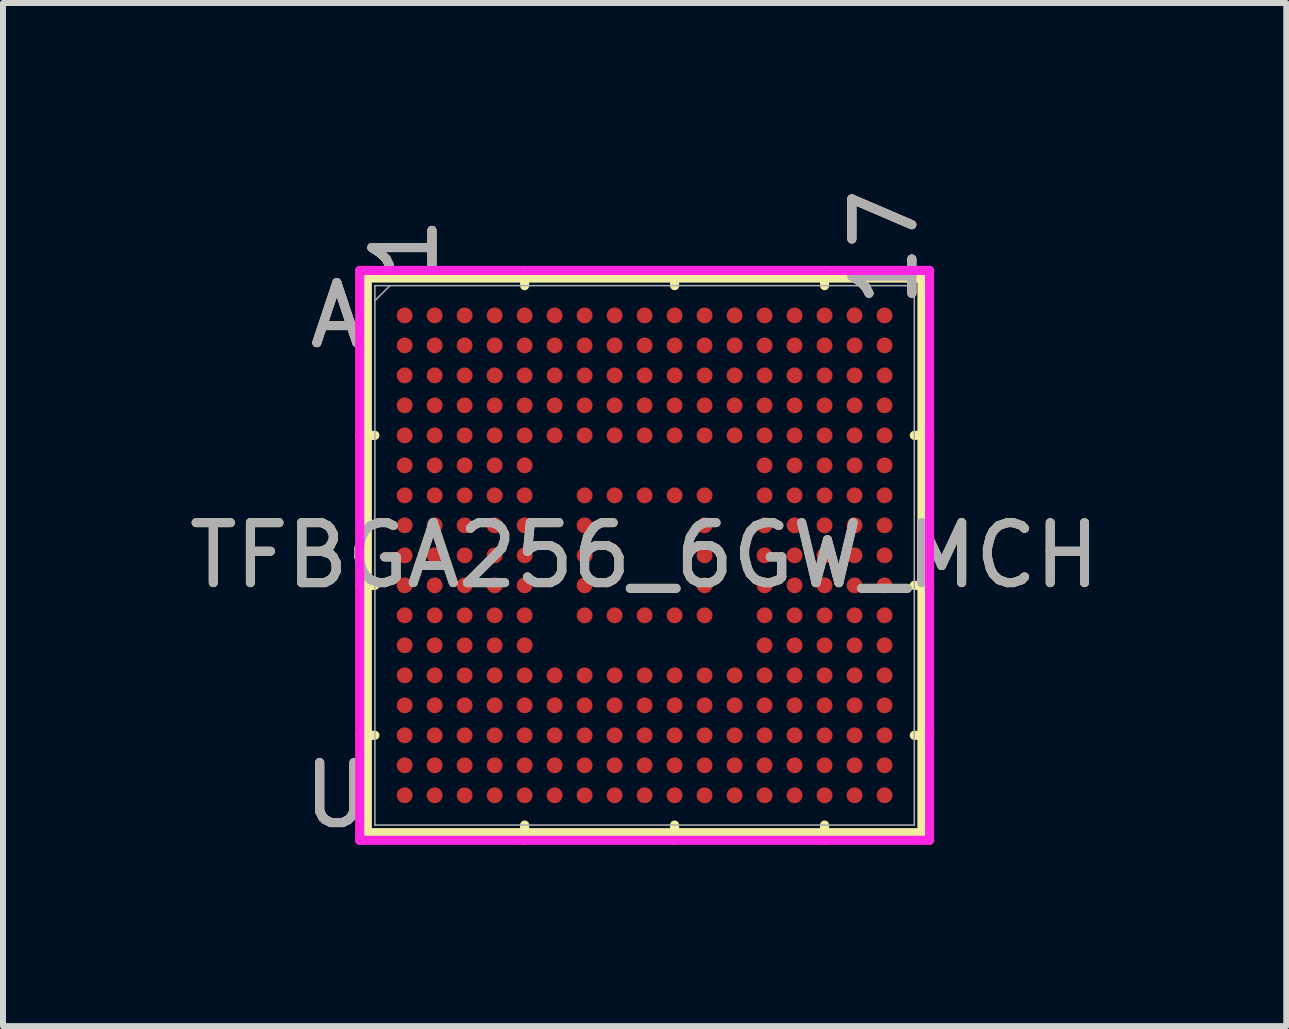
<source format=kicad_pcb>
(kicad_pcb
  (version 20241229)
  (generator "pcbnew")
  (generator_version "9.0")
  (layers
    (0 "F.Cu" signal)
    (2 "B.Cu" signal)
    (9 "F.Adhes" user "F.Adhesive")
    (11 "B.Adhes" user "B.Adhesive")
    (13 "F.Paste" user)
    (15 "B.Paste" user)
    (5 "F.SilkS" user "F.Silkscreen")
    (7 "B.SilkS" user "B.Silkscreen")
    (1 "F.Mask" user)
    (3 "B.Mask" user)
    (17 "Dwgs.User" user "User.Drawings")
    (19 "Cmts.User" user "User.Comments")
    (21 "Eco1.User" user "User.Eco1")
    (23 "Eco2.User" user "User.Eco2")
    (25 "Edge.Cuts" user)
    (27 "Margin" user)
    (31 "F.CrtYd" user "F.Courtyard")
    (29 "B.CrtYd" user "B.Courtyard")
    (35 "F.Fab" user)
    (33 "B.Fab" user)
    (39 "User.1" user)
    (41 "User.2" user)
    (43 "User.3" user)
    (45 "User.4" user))
  (footprint "TFBGA256_6GW_MCH"
    (layer "F.Cu")
    (at 7.696 6.208)
    (property "Reference" "TFBGA256_6GW_MCH" (at 0 0 0) (unlocked yes) (layer "F.SilkS") (effects (font (size 1 1) (thickness 0.15))))
    (attr smd)
    (fp_line (start -4.623 -4.623) (end -4.623 4.623) (stroke (width 0.152) (type solid)) (layer "F.SilkS"))
    (fp_line (start -4.623 4.623) (end 4.623 4.623) (stroke (width 0.152) (type solid)) (layer "F.SilkS"))
    (fp_line (start -4.496 -2) (end -4.75 -2) (stroke (width 0.152) (type solid)) (layer "F.SilkS"))
    (fp_line (start -4.496 0.5) (end -4.75 0.5) (stroke (width 0.152) (type solid)) (layer "F.SilkS"))
    (fp_line (start -4.496 3) (end -4.75 3) (stroke (width 0.152) (type solid)) (layer "F.SilkS"))
    (fp_line (start -2 -4.496) (end -2 -4.75) (stroke (width 0.152) (type solid)) (layer "F.SilkS"))
    (fp_line (start -2 4.496) (end -2 4.75) (stroke (width 0.152) (type solid)) (layer "F.SilkS"))
    (fp_line (start 0.5 -4.496) (end 0.5 -4.75) (stroke (width 0.152) (type solid)) (layer "F.SilkS"))
    (fp_line (start 0.5 4.496) (end 0.5 4.75) (stroke (width 0.152) (type solid)) (layer "F.SilkS"))
    (fp_line (start 3 -4.496) (end 3 -4.75) (stroke (width 0.152) (type solid)) (layer "F.SilkS"))
    (fp_line (start 3 4.496) (end 3 4.75) (stroke (width 0.152) (type solid)) (layer "F.SilkS"))
    (fp_line (start 4.496 -2) (end 4.75 -2) (stroke (width 0.152) (type solid)) (layer "F.SilkS"))
    (fp_line (start 4.496 0.5) (end 4.75 0.5) (stroke (width 0.152) (type solid)) (layer "F.SilkS"))
    (fp_line (start 4.496 3) (end 4.75 3) (stroke (width 0.152) (type solid)) (layer "F.SilkS"))
    (fp_line (start 4.623 -4.623) (end -4.623 -4.623) (stroke (width 0.152) (type solid)) (layer "F.SilkS"))
    (fp_line (start 4.623 4.623) (end 4.623 -4.623) (stroke (width 0.152) (type solid)) (layer "F.SilkS"))
    (fp_poly (pts (xy -4.694 -4.694) (xy 4.694 -4.694) (xy 4.694 4.694) (xy -4.694 4.694)) (stroke (width 0.1) (type solid)) (fill no) (layer "Eco2.User"))
    (fp_line (start -4.75 -4.75) (end 4.75 -4.75) (stroke (width 0.152) (type solid)) (layer "F.CrtYd"))
    (fp_line (start -4.75 4.75) (end -4.75 -4.75) (stroke (width 0.152) (type solid)) (layer "F.CrtYd"))
    (fp_line (start 4.75 -4.75) (end 4.75 4.75) (stroke (width 0.152) (type solid)) (layer "F.CrtYd"))
    (fp_line (start 4.75 4.75) (end -4.75 4.75) (stroke (width 0.152) (type solid)) (layer "F.CrtYd"))
    (fp_line (start -4.496 -4.496) (end -4.496 4.496) (stroke (width 0.025) (type solid)) (layer "F.Fab"))
    (fp_line (start -4.496 4.496) (end 4.496 4.496) (stroke (width 0.025) (type solid)) (layer "F.Fab"))
    (fp_line (start -4.246 -4.496) (end -4.496 -4.246) (stroke (width 0.025) (type solid)) (layer "F.Fab"))
    (fp_line (start 4.496 -4.496) (end -4.496 -4.496) (stroke (width 0.025) (type solid)) (layer "F.Fab"))
    (fp_line (start 4.496 4.496) (end 4.496 -4.496) (stroke (width 0.025) (type solid)) (layer "F.Fab"))
    (fp_text user "A" (at -5.131 -4 0) (unlocked yes) (layer "F.SilkS") (effects (font (size 1 1) (thickness 0.15))))
    (fp_text user "1" (at -4 -5.131 90) (unlocked yes) (layer "F.SilkS") (effects (font (size 1 1) (thickness 0.15))))
    (fp_text user "17" (at 4 -5.131 90) (unlocked yes) (layer "F.SilkS") (effects (font (size 1 1) (thickness 0.15))))
    (fp_text user "U" (at -5.131 4 0) (unlocked yes) (layer "F.SilkS") (effects (font (size 1 1) (thickness 0.15))))
    (fp_text user "A" (at -5.131 -4 0) (unlocked yes) (layer "B.SilkS") (effects (font (size 1 1) (thickness 0.15))))
    (fp_text user "U" (at -5.131 4 0) (unlocked yes) (layer "B.SilkS") (effects (font (size 1 1) (thickness 0.15))))
    (fp_text user "1" (at -4 -5.131 90) (unlocked yes) (layer "B.SilkS") (effects (font (size 1 1) (thickness 0.15))))
    (fp_text user "17" (at 4 -5.131 90) (unlocked yes) (layer "B.SilkS") (effects (font (size 1 1) (thickness 0.15))))
    (fp_text user "A" (at -5.131 -4 0) (unlocked yes) (layer "F.Fab") (effects (font (size 1 1) (thickness 0.15))))
    (fp_text user "1" (at -4 -5.131 90) (unlocked yes) (layer "F.Fab") (effects (font (size 1 1) (thickness 0.15))))
    (fp_text user "U" (at -5.131 4 0) (unlocked yes) (layer "F.Fab") (effects (font (size 1 1) (thickness 0.15))))
    (fp_text user "17" (at 4 -5.131 90) (unlocked yes) (layer "F.Fab") (effects (font (size 1 1) (thickness 0.15))))
    (fp_text user "${REFERENCE}" (at 0 0 0) (unlocked yes) (layer "F.Fab") (effects (font (size 1 1) (thickness 0.15))))
    (pad "A1" smd circle (at -4 -4) (size 0.264 0.264) (layers "F.Cu" "F.Mask" "F.Paste"))
    (pad "A2" smd circle (at -3.5 -4) (size 0.264 0.264) (layers "F.Cu" "F.Mask" "F.Paste"))
    (pad "A3" smd circle (at -3 -4) (size 0.264 0.264) (layers "F.Cu" "F.Mask" "F.Paste"))
    (pad "A4" smd circle (at -2.5 -4) (size 0.264 0.264) (layers "F.Cu" "F.Mask" "F.Paste"))
    (pad "A5" smd circle (at -2 -4) (size 0.264 0.264) (layers "F.Cu" "F.Mask" "F.Paste"))
    (pad "A6" smd circle (at -1.5 -4) (size 0.264 0.264) (layers "F.Cu" "F.Mask" "F.Paste"))
    (pad "A7" smd circle (at -1 -4) (size 0.264 0.264) (layers "F.Cu" "F.Mask" "F.Paste"))
    (pad "A8" smd circle (at -0.5 -4) (size 0.264 0.264) (layers "F.Cu" "F.Mask" "F.Paste"))
    (pad "A9" smd circle (at 0 -4) (size 0.264 0.264) (layers "F.Cu" "F.Mask" "F.Paste"))
    (pad "A10" smd circle (at 0.5 -4) (size 0.264 0.264) (layers "F.Cu" "F.Mask" "F.Paste"))
    (pad "A11" smd circle (at 1 -4) (size 0.264 0.264) (layers "F.Cu" "F.Mask" "F.Paste"))
    (pad "A12" smd circle (at 1.5 -4) (size 0.264 0.264) (layers "F.Cu" "F.Mask" "F.Paste"))
    (pad "A13" smd circle (at 2 -4) (size 0.264 0.264) (layers "F.Cu" "F.Mask" "F.Paste"))
    (pad "A14" smd circle (at 2.5 -4) (size 0.264 0.264) (layers "F.Cu" "F.Mask" "F.Paste"))
    (pad "A15" smd circle (at 3 -4) (size 0.264 0.264) (layers "F.Cu" "F.Mask" "F.Paste"))
    (pad "A16" smd circle (at 3.5 -4) (size 0.264 0.264) (layers "F.Cu" "F.Mask" "F.Paste"))
    (pad "A17" smd circle (at 4 -4) (size 0.264 0.264) (layers "F.Cu" "F.Mask" "F.Paste"))
    (pad "B1" smd circle (at -4 -3.5) (size 0.264 0.264) (layers "F.Cu" "F.Mask" "F.Paste"))
    (pad "B2" smd circle (at -3.5 -3.5) (size 0.264 0.264) (layers "F.Cu" "F.Mask" "F.Paste"))
    (pad "B3" smd circle (at -3 -3.5) (size 0.264 0.264) (layers "F.Cu" "F.Mask" "F.Paste"))
    (pad "B4" smd circle (at -2.5 -3.5) (size 0.264 0.264) (layers "F.Cu" "F.Mask" "F.Paste"))
    (pad "B5" smd circle (at -2 -3.5) (size 0.264 0.264) (layers "F.Cu" "F.Mask" "F.Paste"))
    (pad "B6" smd circle (at -1.5 -3.5) (size 0.264 0.264) (layers "F.Cu" "F.Mask" "F.Paste"))
    (pad "B7" smd circle (at -1 -3.5) (size 0.264 0.264) (layers "F.Cu" "F.Mask" "F.Paste"))
    (pad "B8" smd circle (at -0.5 -3.5) (size 0.264 0.264) (layers "F.Cu" "F.Mask" "F.Paste"))
    (pad "B9" smd circle (at 0 -3.5) (size 0.264 0.264) (layers "F.Cu" "F.Mask" "F.Paste"))
    (pad "B10" smd circle (at 0.5 -3.5) (size 0.264 0.264) (layers "F.Cu" "F.Mask" "F.Paste"))
    (pad "B11" smd circle (at 1 -3.5) (size 0.264 0.264) (layers "F.Cu" "F.Mask" "F.Paste"))
    (pad "B12" smd circle (at 1.5 -3.5) (size 0.264 0.264) (layers "F.Cu" "F.Mask" "F.Paste"))
    (pad "B13" smd circle (at 2 -3.5) (size 0.264 0.264) (layers "F.Cu" "F.Mask" "F.Paste"))
    (pad "B14" smd circle (at 2.5 -3.5) (size 0.264 0.264) (layers "F.Cu" "F.Mask" "F.Paste"))
    (pad "B15" smd circle (at 3 -3.5) (size 0.264 0.264) (layers "F.Cu" "F.Mask" "F.Paste"))
    (pad "B16" smd circle (at 3.5 -3.5) (size 0.264 0.264) (layers "F.Cu" "F.Mask" "F.Paste"))
    (pad "B17" smd circle (at 4 -3.5) (size 0.264 0.264) (layers "F.Cu" "F.Mask" "F.Paste"))
    (pad "C1" smd circle (at -4 -3) (size 0.264 0.264) (layers "F.Cu" "F.Mask" "F.Paste"))
    (pad "C2" smd circle (at -3.5 -3) (size 0.264 0.264) (layers "F.Cu" "F.Mask" "F.Paste"))
    (pad "C3" smd circle (at -3 -3) (size 0.264 0.264) (layers "F.Cu" "F.Mask" "F.Paste"))
    (pad "C4" smd circle (at -2.5 -3) (size 0.264 0.264) (layers "F.Cu" "F.Mask" "F.Paste"))
    (pad "C5" smd circle (at -2 -3) (size 0.264 0.264) (layers "F.Cu" "F.Mask" "F.Paste"))
    (pad "C6" smd circle (at -1.5 -3) (size 0.264 0.264) (layers "F.Cu" "F.Mask" "F.Paste"))
    (pad "C7" smd circle (at -1 -3) (size 0.264 0.264) (layers "F.Cu" "F.Mask" "F.Paste"))
    (pad "C8" smd circle (at -0.5 -3) (size 0.264 0.264) (layers "F.Cu" "F.Mask" "F.Paste"))
    (pad "C9" smd circle (at 0 -3) (size 0.264 0.264) (layers "F.Cu" "F.Mask" "F.Paste"))
    (pad "C10" smd circle (at 0.5 -3) (size 0.264 0.264) (layers "F.Cu" "F.Mask" "F.Paste"))
    (pad "C11" smd circle (at 1 -3) (size 0.264 0.264) (layers "F.Cu" "F.Mask" "F.Paste"))
    (pad "C12" smd circle (at 1.5 -3) (size 0.264 0.264) (layers "F.Cu" "F.Mask" "F.Paste"))
    (pad "C13" smd circle (at 2 -3) (size 0.264 0.264) (layers "F.Cu" "F.Mask" "F.Paste"))
    (pad "C14" smd circle (at 2.5 -3) (size 0.264 0.264) (layers "F.Cu" "F.Mask" "F.Paste"))
    (pad "C15" smd circle (at 3 -3) (size 0.264 0.264) (layers "F.Cu" "F.Mask" "F.Paste"))
    (pad "C16" smd circle (at 3.5 -3) (size 0.264 0.264) (layers "F.Cu" "F.Mask" "F.Paste"))
    (pad "C17" smd circle (at 4 -3) (size 0.264 0.264) (layers "F.Cu" "F.Mask" "F.Paste"))
    (pad "D1" smd circle (at -4 -2.5) (size 0.264 0.264) (layers "F.Cu" "F.Mask" "F.Paste"))
    (pad "D2" smd circle (at -3.5 -2.5) (size 0.264 0.264) (layers "F.Cu" "F.Mask" "F.Paste"))
    (pad "D3" smd circle (at -3 -2.5) (size 0.264 0.264) (layers "F.Cu" "F.Mask" "F.Paste"))
    (pad "D4" smd circle (at -2.5 -2.5) (size 0.264 0.264) (layers "F.Cu" "F.Mask" "F.Paste"))
    (pad "D5" smd circle (at -2 -2.5) (size 0.264 0.264) (layers "F.Cu" "F.Mask" "F.Paste"))
    (pad "D6" smd circle (at -1.5 -2.5) (size 0.264 0.264) (layers "F.Cu" "F.Mask" "F.Paste"))
    (pad "D7" smd circle (at -1 -2.5) (size 0.264 0.264) (layers "F.Cu" "F.Mask" "F.Paste"))
    (pad "D8" smd circle (at -0.5 -2.5) (size 0.264 0.264) (layers "F.Cu" "F.Mask" "F.Paste"))
    (pad "D9" smd circle (at 0 -2.5) (size 0.264 0.264) (layers "F.Cu" "F.Mask" "F.Paste"))
    (pad "D10" smd circle (at 0.5 -2.5) (size 0.264 0.264) (layers "F.Cu" "F.Mask" "F.Paste"))
    (pad "D11" smd circle (at 1 -2.5) (size 0.264 0.264) (layers "F.Cu" "F.Mask" "F.Paste"))
    (pad "D12" smd circle (at 1.5 -2.5) (size 0.264 0.264) (layers "F.Cu" "F.Mask" "F.Paste"))
    (pad "D13" smd circle (at 2 -2.5) (size 0.264 0.264) (layers "F.Cu" "F.Mask" "F.Paste"))
    (pad "D14" smd circle (at 2.5 -2.5) (size 0.264 0.264) (layers "F.Cu" "F.Mask" "F.Paste"))
    (pad "D15" smd circle (at 3 -2.5) (size 0.264 0.264) (layers "F.Cu" "F.Mask" "F.Paste"))
    (pad "D16" smd circle (at 3.5 -2.5) (size 0.264 0.264) (layers "F.Cu" "F.Mask" "F.Paste"))
    (pad "D17" smd circle (at 4 -2.5) (size 0.264 0.264) (layers "F.Cu" "F.Mask" "F.Paste"))
    (pad "E1" smd circle (at -4 -2) (size 0.264 0.264) (layers "F.Cu" "F.Mask" "F.Paste"))
    (pad "E2" smd circle (at -3.5 -2) (size 0.264 0.264) (layers "F.Cu" "F.Mask" "F.Paste"))
    (pad "E3" smd circle (at -3 -2) (size 0.264 0.264) (layers "F.Cu" "F.Mask" "F.Paste"))
    (pad "E4" smd circle (at -2.5 -2) (size 0.264 0.264) (layers "F.Cu" "F.Mask" "F.Paste"))
    (pad "E5" smd circle (at -2 -2) (size 0.264 0.264) (layers "F.Cu" "F.Mask" "F.Paste"))
    (pad "E6" smd circle (at -1.5 -2) (size 0.264 0.264) (layers "F.Cu" "F.Mask" "F.Paste"))
    (pad "E7" smd circle (at -1 -2) (size 0.264 0.264) (layers "F.Cu" "F.Mask" "F.Paste"))
    (pad "E8" smd circle (at -0.5 -2) (size 0.264 0.264) (layers "F.Cu" "F.Mask" "F.Paste"))
    (pad "E9" smd circle (at 0 -2) (size 0.264 0.264) (layers "F.Cu" "F.Mask" "F.Paste"))
    (pad "E10" smd circle (at 0.5 -2) (size 0.264 0.264) (layers "F.Cu" "F.Mask" "F.Paste"))
    (pad "E11" smd circle (at 1 -2) (size 0.264 0.264) (layers "F.Cu" "F.Mask" "F.Paste"))
    (pad "E12" smd circle (at 1.5 -2) (size 0.264 0.264) (layers "F.Cu" "F.Mask" "F.Paste"))
    (pad "E13" smd circle (at 2 -2) (size 0.264 0.264) (layers "F.Cu" "F.Mask" "F.Paste"))
    (pad "E14" smd circle (at 2.5 -2) (size 0.264 0.264) (layers "F.Cu" "F.Mask" "F.Paste"))
    (pad "E15" smd circle (at 3 -2) (size 0.264 0.264) (layers "F.Cu" "F.Mask" "F.Paste"))
    (pad "E16" smd circle (at 3.5 -2) (size 0.264 0.264) (layers "F.Cu" "F.Mask" "F.Paste"))
    (pad "E17" smd circle (at 4 -2) (size 0.264 0.264) (layers "F.Cu" "F.Mask" "F.Paste"))
    (pad "F1" smd circle (at -4 -1.5) (size 0.264 0.264) (layers "F.Cu" "F.Mask" "F.Paste"))
    (pad "F2" smd circle (at -3.5 -1.5) (size 0.264 0.264) (layers "F.Cu" "F.Mask" "F.Paste"))
    (pad "F3" smd circle (at -3 -1.5) (size 0.264 0.264) (layers "F.Cu" "F.Mask" "F.Paste"))
    (pad "F4" smd circle (at -2.5 -1.5) (size 0.264 0.264) (layers "F.Cu" "F.Mask" "F.Paste"))
    (pad "F5" smd circle (at -2 -1.5) (size 0.264 0.264) (layers "F.Cu" "F.Mask" "F.Paste"))
    (pad "F13" smd circle (at 2 -1.5) (size 0.264 0.264) (layers "F.Cu" "F.Mask" "F.Paste"))
    (pad "F14" smd circle (at 2.5 -1.5) (size 0.264 0.264) (layers "F.Cu" "F.Mask" "F.Paste"))
    (pad "F15" smd circle (at 3 -1.5) (size 0.264 0.264) (layers "F.Cu" "F.Mask" "F.Paste"))
    (pad "F16" smd circle (at 3.5 -1.5) (size 0.264 0.264) (layers "F.Cu" "F.Mask" "F.Paste"))
    (pad "F17" smd circle (at 4 -1.5) (size 0.264 0.264) (layers "F.Cu" "F.Mask" "F.Paste"))
    (pad "G1" smd circle (at -4 -1) (size 0.264 0.264) (layers "F.Cu" "F.Mask" "F.Paste"))
    (pad "G2" smd circle (at -3.5 -1) (size 0.264 0.264) (layers "F.Cu" "F.Mask" "F.Paste"))
    (pad "G3" smd circle (at -3 -1) (size 0.264 0.264) (layers "F.Cu" "F.Mask" "F.Paste"))
    (pad "G4" smd circle (at -2.5 -1) (size 0.264 0.264) (layers "F.Cu" "F.Mask" "F.Paste"))
    (pad "G5" smd circle (at -2 -1) (size 0.264 0.264) (layers "F.Cu" "F.Mask" "F.Paste"))
    (pad "G7" smd circle (at -1 -1) (size 0.264 0.264) (layers "F.Cu" "F.Mask" "F.Paste"))
    (pad "G8" smd circle (at -0.5 -1) (size 0.264 0.264) (layers "F.Cu" "F.Mask" "F.Paste"))
    (pad "G9" smd circle (at 0 -1) (size 0.264 0.264) (layers "F.Cu" "F.Mask" "F.Paste"))
    (pad "G10" smd circle (at 0.5 -1) (size 0.264 0.264) (layers "F.Cu" "F.Mask" "F.Paste"))
    (pad "G11" smd circle (at 1 -1) (size 0.264 0.264) (layers "F.Cu" "F.Mask" "F.Paste"))
    (pad "G13" smd circle (at 2 -1) (size 0.264 0.264) (layers "F.Cu" "F.Mask" "F.Paste"))
    (pad "G14" smd circle (at 2.5 -1) (size 0.264 0.264) (layers "F.Cu" "F.Mask" "F.Paste"))
    (pad "G15" smd circle (at 3 -1) (size 0.264 0.264) (layers "F.Cu" "F.Mask" "F.Paste"))
    (pad "G16" smd circle (at 3.5 -1) (size 0.264 0.264) (layers "F.Cu" "F.Mask" "F.Paste"))
    (pad "G17" smd circle (at 4 -1) (size 0.264 0.264) (layers "F.Cu" "F.Mask" "F.Paste"))
    (pad "H1" smd circle (at -4 -0.5) (size 0.264 0.264) (layers "F.Cu" "F.Mask" "F.Paste"))
    (pad "H2" smd circle (at -3.5 -0.5) (size 0.264 0.264) (layers "F.Cu" "F.Mask" "F.Paste"))
    (pad "H3" smd circle (at -3 -0.5) (size 0.264 0.264) (layers "F.Cu" "F.Mask" "F.Paste"))
    (pad "H4" smd circle (at -2.5 -0.5) (size 0.264 0.264) (layers "F.Cu" "F.Mask" "F.Paste"))
    (pad "H5" smd circle (at -2 -0.5) (size 0.264 0.264) (layers "F.Cu" "F.Mask" "F.Paste"))
    (pad "H7" smd circle (at -1 -0.5) (size 0.264 0.264) (layers "F.Cu" "F.Mask" "F.Paste"))
    (pad "H11" smd circle (at 1 -0.5) (size 0.264 0.264) (layers "F.Cu" "F.Mask" "F.Paste"))
    (pad "H13" smd circle (at 2 -0.5) (size 0.264 0.264) (layers "F.Cu" "F.Mask" "F.Paste"))
    (pad "H14" smd circle (at 2.5 -0.5) (size 0.264 0.264) (layers "F.Cu" "F.Mask" "F.Paste"))
    (pad "H15" smd circle (at 3 -0.5) (size 0.264 0.264) (layers "F.Cu" "F.Mask" "F.Paste"))
    (pad "H16" smd circle (at 3.5 -0.5) (size 0.264 0.264) (layers "F.Cu" "F.Mask" "F.Paste"))
    (pad "H17" smd circle (at 4 -0.5) (size 0.264 0.264) (layers "F.Cu" "F.Mask" "F.Paste"))
    (pad "J1" smd circle (at -4 0) (size 0.264 0.264) (layers "F.Cu" "F.Mask" "F.Paste"))
    (pad "J2" smd circle (at -3.5 0) (size 0.264 0.264) (layers "F.Cu" "F.Mask" "F.Paste"))
    (pad "J3" smd circle (at -3 0) (size 0.264 0.264) (layers "F.Cu" "F.Mask" "F.Paste"))
    (pad "J4" smd circle (at -2.5 0) (size 0.264 0.264) (layers "F.Cu" "F.Mask" "F.Paste"))
    (pad "J5" smd circle (at -2 0) (size 0.264 0.264) (layers "F.Cu" "F.Mask" "F.Paste"))
    (pad "J7" smd circle (at -1 0) (size 0.264 0.264) (layers "F.Cu" "F.Mask" "F.Paste"))
    (pad "J11" smd circle (at 1 0) (size 0.264 0.264) (layers "F.Cu" "F.Mask" "F.Paste"))
    (pad "J13" smd circle (at 2 0) (size 0.264 0.264) (layers "F.Cu" "F.Mask" "F.Paste"))
    (pad "J14" smd circle (at 2.5 0) (size 0.264 0.264) (layers "F.Cu" "F.Mask" "F.Paste"))
    (pad "J15" smd circle (at 3 0) (size 0.264 0.264) (layers "F.Cu" "F.Mask" "F.Paste"))
    (pad "J16" smd circle (at 3.5 0) (size 0.264 0.264) (layers "F.Cu" "F.Mask" "F.Paste"))
    (pad "J17" smd circle (at 4 0) (size 0.264 0.264) (layers "F.Cu" "F.Mask" "F.Paste"))
    (pad "K1" smd circle (at -4 0.5) (size 0.264 0.264) (layers "F.Cu" "F.Mask" "F.Paste"))
    (pad "K2" smd circle (at -3.5 0.5) (size 0.264 0.264) (layers "F.Cu" "F.Mask" "F.Paste"))
    (pad "K3" smd circle (at -3 0.5) (size 0.264 0.264) (layers "F.Cu" "F.Mask" "F.Paste"))
    (pad "K4" smd circle (at -2.5 0.5) (size 0.264 0.264) (layers "F.Cu" "F.Mask" "F.Paste"))
    (pad "K5" smd circle (at -2 0.5) (size 0.264 0.264) (layers "F.Cu" "F.Mask" "F.Paste"))
    (pad "K7" smd circle (at -1 0.5) (size 0.264 0.264) (layers "F.Cu" "F.Mask" "F.Paste"))
    (pad "K11" smd circle (at 1 0.5) (size 0.264 0.264) (layers "F.Cu" "F.Mask" "F.Paste"))
    (pad "K13" smd circle (at 2 0.5) (size 0.264 0.264) (layers "F.Cu" "F.Mask" "F.Paste"))
    (pad "K14" smd circle (at 2.5 0.5) (size 0.264 0.264) (layers "F.Cu" "F.Mask" "F.Paste"))
    (pad "K15" smd circle (at 3 0.5) (size 0.264 0.264) (layers "F.Cu" "F.Mask" "F.Paste"))
    (pad "K16" smd circle (at 3.5 0.5) (size 0.264 0.264) (layers "F.Cu" "F.Mask" "F.Paste"))
    (pad "K17" smd circle (at 4 0.5) (size 0.264 0.264) (layers "F.Cu" "F.Mask" "F.Paste"))
    (pad "L1" smd circle (at -4 1) (size 0.264 0.264) (layers "F.Cu" "F.Mask" "F.Paste"))
    (pad "L2" smd circle (at -3.5 1) (size 0.264 0.264) (layers "F.Cu" "F.Mask" "F.Paste"))
    (pad "L3" smd circle (at -3 1) (size 0.264 0.264) (layers "F.Cu" "F.Mask" "F.Paste"))
    (pad "L4" smd circle (at -2.5 1) (size 0.264 0.264) (layers "F.Cu" "F.Mask" "F.Paste"))
    (pad "L5" smd circle (at -2 1) (size 0.264 0.264) (layers "F.Cu" "F.Mask" "F.Paste"))
    (pad "L7" smd circle (at -1 1) (size 0.264 0.264) (layers "F.Cu" "F.Mask" "F.Paste"))
    (pad "L8" smd circle (at -0.5 1) (size 0.264 0.264) (layers "F.Cu" "F.Mask" "F.Paste"))
    (pad "L9" smd circle (at 0 1) (size 0.264 0.264) (layers "F.Cu" "F.Mask" "F.Paste"))
    (pad "L10" smd circle (at 0.5 1) (size 0.264 0.264) (layers "F.Cu" "F.Mask" "F.Paste"))
    (pad "L11" smd circle (at 1 1) (size 0.264 0.264) (layers "F.Cu" "F.Mask" "F.Paste"))
    (pad "L13" smd circle (at 2 1) (size 0.264 0.264) (layers "F.Cu" "F.Mask" "F.Paste"))
    (pad "L14" smd circle (at 2.5 1) (size 0.264 0.264) (layers "F.Cu" "F.Mask" "F.Paste"))
    (pad "L15" smd circle (at 3 1) (size 0.264 0.264) (layers "F.Cu" "F.Mask" "F.Paste"))
    (pad "L16" smd circle (at 3.5 1) (size 0.264 0.264) (layers "F.Cu" "F.Mask" "F.Paste"))
    (pad "L17" smd circle (at 4 1) (size 0.264 0.264) (layers "F.Cu" "F.Mask" "F.Paste"))
    (pad "M1" smd circle (at -4 1.5) (size 0.264 0.264) (layers "F.Cu" "F.Mask" "F.Paste"))
    (pad "M2" smd circle (at -3.5 1.5) (size 0.264 0.264) (layers "F.Cu" "F.Mask" "F.Paste"))
    (pad "M3" smd circle (at -3 1.5) (size 0.264 0.264) (layers "F.Cu" "F.Mask" "F.Paste"))
    (pad "M4" smd circle (at -2.5 1.5) (size 0.264 0.264) (layers "F.Cu" "F.Mask" "F.Paste"))
    (pad "M5" smd circle (at -2 1.5) (size 0.264 0.264) (layers "F.Cu" "F.Mask" "F.Paste"))
    (pad "M13" smd circle (at 2 1.5) (size 0.264 0.264) (layers "F.Cu" "F.Mask" "F.Paste"))
    (pad "M14" smd circle (at 2.5 1.5) (size 0.264 0.264) (layers "F.Cu" "F.Mask" "F.Paste"))
    (pad "M15" smd circle (at 3 1.5) (size 0.264 0.264) (layers "F.Cu" "F.Mask" "F.Paste"))
    (pad "M16" smd circle (at 3.5 1.5) (size 0.264 0.264) (layers "F.Cu" "F.Mask" "F.Paste"))
    (pad "M17" smd circle (at 4 1.5) (size 0.264 0.264) (layers "F.Cu" "F.Mask" "F.Paste"))
    (pad "N1" smd circle (at -4 2) (size 0.264 0.264) (layers "F.Cu" "F.Mask" "F.Paste"))
    (pad "N2" smd circle (at -3.5 2) (size 0.264 0.264) (layers "F.Cu" "F.Mask" "F.Paste"))
    (pad "N3" smd circle (at -3 2) (size 0.264 0.264) (layers "F.Cu" "F.Mask" "F.Paste"))
    (pad "N4" smd circle (at -2.5 2) (size 0.264 0.264) (layers "F.Cu" "F.Mask" "F.Paste"))
    (pad "N5" smd circle (at -2 2) (size 0.264 0.264) (layers "F.Cu" "F.Mask" "F.Paste"))
    (pad "N6" smd circle (at -1.5 2) (size 0.264 0.264) (layers "F.Cu" "F.Mask" "F.Paste"))
    (pad "N7" smd circle (at -1 2) (size 0.264 0.264) (layers "F.Cu" "F.Mask" "F.Paste"))
    (pad "N8" smd circle (at -0.5 2) (size 0.264 0.264) (layers "F.Cu" "F.Mask" "F.Paste"))
    (pad "N9" smd circle (at 0 2) (size 0.264 0.264) (layers "F.Cu" "F.Mask" "F.Paste"))
    (pad "N10" smd circle (at 0.5 2) (size 0.264 0.264) (layers "F.Cu" "F.Mask" "F.Paste"))
    (pad "N11" smd circle (at 1 2) (size 0.264 0.264) (layers "F.Cu" "F.Mask" "F.Paste"))
    (pad "N12" smd circle (at 1.5 2) (size 0.264 0.264) (layers "F.Cu" "F.Mask" "F.Paste"))
    (pad "N13" smd circle (at 2 2) (size 0.264 0.264) (layers "F.Cu" "F.Mask" "F.Paste"))
    (pad "N14" smd circle (at 2.5 2) (size 0.264 0.264) (layers "F.Cu" "F.Mask" "F.Paste"))
    (pad "N15" smd circle (at 3 2) (size 0.264 0.264) (layers "F.Cu" "F.Mask" "F.Paste"))
    (pad "N16" smd circle (at 3.5 2) (size 0.264 0.264) (layers "F.Cu" "F.Mask" "F.Paste"))
    (pad "N17" smd circle (at 4 2) (size 0.264 0.264) (layers "F.Cu" "F.Mask" "F.Paste"))
    (pad "P1" smd circle (at -4 2.5) (size 0.264 0.264) (layers "F.Cu" "F.Mask" "F.Paste"))
    (pad "P2" smd circle (at -3.5 2.5) (size 0.264 0.264) (layers "F.Cu" "F.Mask" "F.Paste"))
    (pad "P3" smd circle (at -3 2.5) (size 0.264 0.264) (layers "F.Cu" "F.Mask" "F.Paste"))
    (pad "P4" smd circle (at -2.5 2.5) (size 0.264 0.264) (layers "F.Cu" "F.Mask" "F.Paste"))
    (pad "P5" smd circle (at -2 2.5) (size 0.264 0.264) (layers "F.Cu" "F.Mask" "F.Paste"))
    (pad "P6" smd circle (at -1.5 2.5) (size 0.264 0.264) (layers "F.Cu" "F.Mask" "F.Paste"))
    (pad "P7" smd circle (at -1 2.5) (size 0.264 0.264) (layers "F.Cu" "F.Mask" "F.Paste"))
    (pad "P8" smd circle (at -0.5 2.5) (size 0.264 0.264) (layers "F.Cu" "F.Mask" "F.Paste"))
    (pad "P9" smd circle (at 0 2.5) (size 0.264 0.264) (layers "F.Cu" "F.Mask" "F.Paste"))
    (pad "P10" smd circle (at 0.5 2.5) (size 0.264 0.264) (layers "F.Cu" "F.Mask" "F.Paste"))
    (pad "P11" smd circle (at 1 2.5) (size 0.264 0.264) (layers "F.Cu" "F.Mask" "F.Paste"))
    (pad "P12" smd circle (at 1.5 2.5) (size 0.264 0.264) (layers "F.Cu" "F.Mask" "F.Paste"))
    (pad "P13" smd circle (at 2 2.5) (size 0.264 0.264) (layers "F.Cu" "F.Mask" "F.Paste"))
    (pad "P14" smd circle (at 2.5 2.5) (size 0.264 0.264) (layers "F.Cu" "F.Mask" "F.Paste"))
    (pad "P15" smd circle (at 3 2.5) (size 0.264 0.264) (layers "F.Cu" "F.Mask" "F.Paste"))
    (pad "P16" smd circle (at 3.5 2.5) (size 0.264 0.264) (layers "F.Cu" "F.Mask" "F.Paste"))
    (pad "P17" smd circle (at 4 2.5) (size 0.264 0.264) (layers "F.Cu" "F.Mask" "F.Paste"))
    (pad "R1" smd circle (at -4 3) (size 0.264 0.264) (layers "F.Cu" "F.Mask" "F.Paste"))
    (pad "R2" smd circle (at -3.5 3) (size 0.264 0.264) (layers "F.Cu" "F.Mask" "F.Paste"))
    (pad "R3" smd circle (at -3 3) (size 0.264 0.264) (layers "F.Cu" "F.Mask" "F.Paste"))
    (pad "R4" smd circle (at -2.5 3) (size 0.264 0.264) (layers "F.Cu" "F.Mask" "F.Paste"))
    (pad "R5" smd circle (at -2 3) (size 0.264 0.264) (layers "F.Cu" "F.Mask" "F.Paste"))
    (pad "R6" smd circle (at -1.5 3) (size 0.264 0.264) (layers "F.Cu" "F.Mask" "F.Paste"))
    (pad "R7" smd circle (at -1 3) (size 0.264 0.264) (layers "F.Cu" "F.Mask" "F.Paste"))
    (pad "R8" smd circle (at -0.5 3) (size 0.264 0.264) (layers "F.Cu" "F.Mask" "F.Paste"))
    (pad "R9" smd circle (at 0 3) (size 0.264 0.264) (layers "F.Cu" "F.Mask" "F.Paste"))
    (pad "R10" smd circle (at 0.5 3) (size 0.264 0.264) (layers "F.Cu" "F.Mask" "F.Paste"))
    (pad "R11" smd circle (at 1 3) (size 0.264 0.264) (layers "F.Cu" "F.Mask" "F.Paste"))
    (pad "R12" smd circle (at 1.5 3) (size 0.264 0.264) (layers "F.Cu" "F.Mask" "F.Paste"))
    (pad "R13" smd circle (at 2 3) (size 0.264 0.264) (layers "F.Cu" "F.Mask" "F.Paste"))
    (pad "R14" smd circle (at 2.5 3) (size 0.264 0.264) (layers "F.Cu" "F.Mask" "F.Paste"))
    (pad "R15" smd circle (at 3 3) (size 0.264 0.264) (layers "F.Cu" "F.Mask" "F.Paste"))
    (pad "R16" smd circle (at 3.5 3) (size 0.264 0.264) (layers "F.Cu" "F.Mask" "F.Paste"))
    (pad "R17" smd circle (at 4 3) (size 0.264 0.264) (layers "F.Cu" "F.Mask" "F.Paste"))
    (pad "T1" smd circle (at -4 3.5) (size 0.264 0.264) (layers "F.Cu" "F.Mask" "F.Paste"))
    (pad "T2" smd circle (at -3.5 3.5) (size 0.264 0.264) (layers "F.Cu" "F.Mask" "F.Paste"))
    (pad "T3" smd circle (at -3 3.5) (size 0.264 0.264) (layers "F.Cu" "F.Mask" "F.Paste"))
    (pad "T4" smd circle (at -2.5 3.5) (size 0.264 0.264) (layers "F.Cu" "F.Mask" "F.Paste"))
    (pad "T5" smd circle (at -2 3.5) (size 0.264 0.264) (layers "F.Cu" "F.Mask" "F.Paste"))
    (pad "T6" smd circle (at -1.5 3.5) (size 0.264 0.264) (layers "F.Cu" "F.Mask" "F.Paste"))
    (pad "T7" smd circle (at -1 3.5) (size 0.264 0.264) (layers "F.Cu" "F.Mask" "F.Paste"))
    (pad "T8" smd circle (at -0.5 3.5) (size 0.264 0.264) (layers "F.Cu" "F.Mask" "F.Paste"))
    (pad "T9" smd circle (at 0 3.5) (size 0.264 0.264) (layers "F.Cu" "F.Mask" "F.Paste"))
    (pad "T10" smd circle (at 0.5 3.5) (size 0.264 0.264) (layers "F.Cu" "F.Mask" "F.Paste"))
    (pad "T11" smd circle (at 1 3.5) (size 0.264 0.264) (layers "F.Cu" "F.Mask" "F.Paste"))
    (pad "T12" smd circle (at 1.5 3.5) (size 0.264 0.264) (layers "F.Cu" "F.Mask" "F.Paste"))
    (pad "T13" smd circle (at 2 3.5) (size 0.264 0.264) (layers "F.Cu" "F.Mask" "F.Paste"))
    (pad "T14" smd circle (at 2.5 3.5) (size 0.264 0.264) (layers "F.Cu" "F.Mask" "F.Paste"))
    (pad "T15" smd circle (at 3 3.5) (size 0.264 0.264) (layers "F.Cu" "F.Mask" "F.Paste"))
    (pad "T16" smd circle (at 3.5 3.5) (size 0.264 0.264) (layers "F.Cu" "F.Mask" "F.Paste"))
    (pad "T17" smd circle (at 4 3.5) (size 0.264 0.264) (layers "F.Cu" "F.Mask" "F.Paste"))
    (pad "U1" smd circle (at -4 4) (size 0.264 0.264) (layers "F.Cu" "F.Mask" "F.Paste"))
    (pad "U2" smd circle (at -3.5 4) (size 0.264 0.264) (layers "F.Cu" "F.Mask" "F.Paste"))
    (pad "U3" smd circle (at -3 4) (size 0.264 0.264) (layers "F.Cu" "F.Mask" "F.Paste"))
    (pad "U4" smd circle (at -2.5 4) (size 0.264 0.264) (layers "F.Cu" "F.Mask" "F.Paste"))
    (pad "U5" smd circle (at -2 4) (size 0.264 0.264) (layers "F.Cu" "F.Mask" "F.Paste"))
    (pad "U6" smd circle (at -1.5 4) (size 0.264 0.264) (layers "F.Cu" "F.Mask" "F.Paste"))
    (pad "U7" smd circle (at -1 4) (size 0.264 0.264) (layers "F.Cu" "F.Mask" "F.Paste"))
    (pad "U8" smd circle (at -0.5 4) (size 0.264 0.264) (layers "F.Cu" "F.Mask" "F.Paste"))
    (pad "U9" smd circle (at 0 4) (size 0.264 0.264) (layers "F.Cu" "F.Mask" "F.Paste"))
    (pad "U10" smd circle (at 0.5 4) (size 0.264 0.264) (layers "F.Cu" "F.Mask" "F.Paste"))
    (pad "U11" smd circle (at 1 4) (size 0.264 0.264) (layers "F.Cu" "F.Mask" "F.Paste"))
    (pad "U12" smd circle (at 1.5 4) (size 0.264 0.264) (layers "F.Cu" "F.Mask" "F.Paste"))
    (pad "U13" smd circle (at 2 4) (size 0.264 0.264) (layers "F.Cu" "F.Mask" "F.Paste"))
    (pad "U14" smd circle (at 2.5 4) (size 0.264 0.264) (layers "F.Cu" "F.Mask" "F.Paste"))
    (pad "U15" smd circle (at 3 4) (size 0.264 0.264) (layers "F.Cu" "F.Mask" "F.Paste"))
    (pad "U16" smd circle (at 3.5 4) (size 0.264 0.264) (layers "F.Cu" "F.Mask" "F.Paste"))
    (pad "U17" smd circle (at 4 4) (size 0.264 0.264) (layers "F.Cu" "F.Mask" "F.Paste")))
  (gr_rect
    (start -3 -3)
    (end 18.393 14.056)
    (stroke (width 0.1) (type default))
    (fill no)
    (layer "Edge.Cuts")))
</source>
